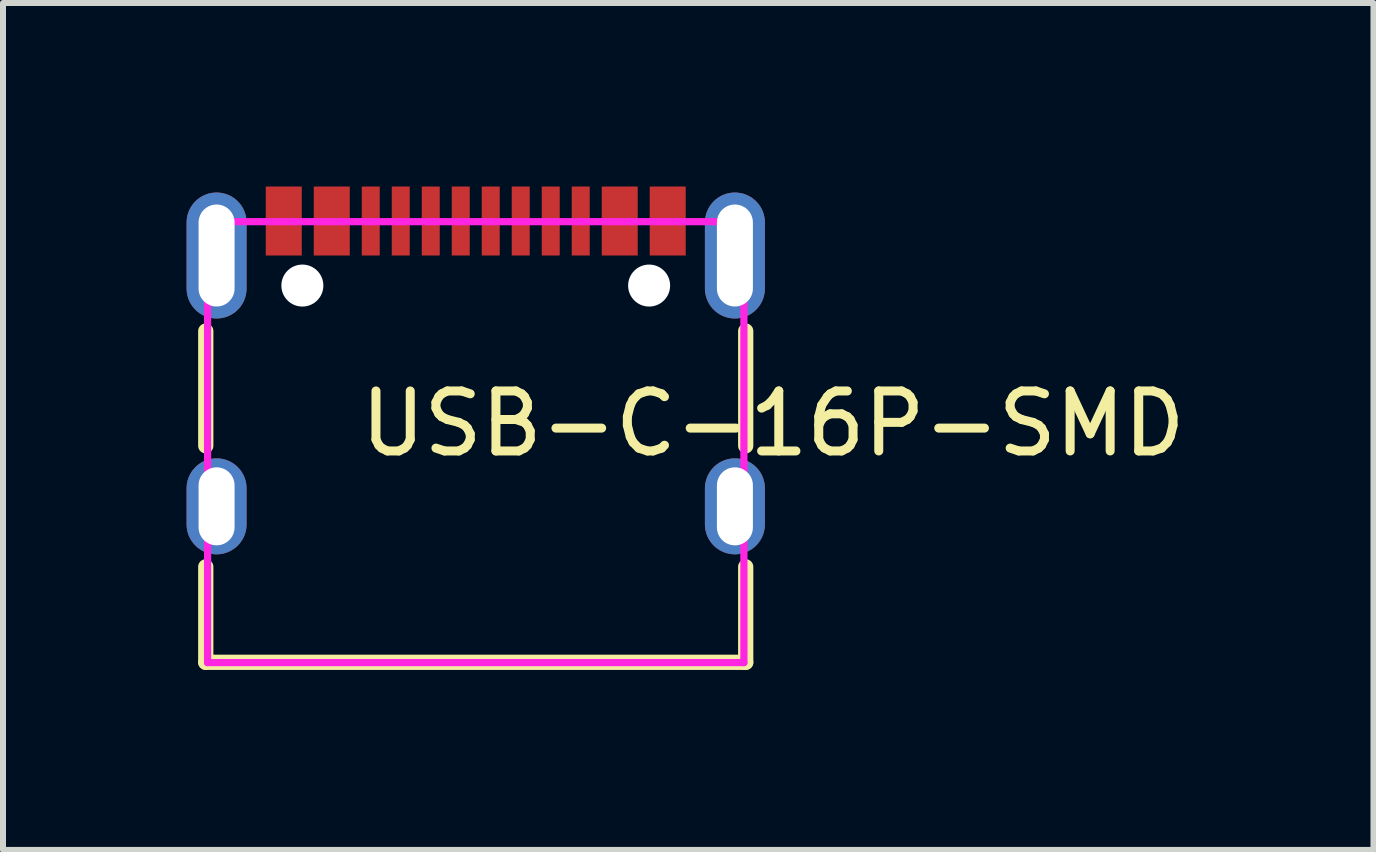
<source format=kicad_pcb>
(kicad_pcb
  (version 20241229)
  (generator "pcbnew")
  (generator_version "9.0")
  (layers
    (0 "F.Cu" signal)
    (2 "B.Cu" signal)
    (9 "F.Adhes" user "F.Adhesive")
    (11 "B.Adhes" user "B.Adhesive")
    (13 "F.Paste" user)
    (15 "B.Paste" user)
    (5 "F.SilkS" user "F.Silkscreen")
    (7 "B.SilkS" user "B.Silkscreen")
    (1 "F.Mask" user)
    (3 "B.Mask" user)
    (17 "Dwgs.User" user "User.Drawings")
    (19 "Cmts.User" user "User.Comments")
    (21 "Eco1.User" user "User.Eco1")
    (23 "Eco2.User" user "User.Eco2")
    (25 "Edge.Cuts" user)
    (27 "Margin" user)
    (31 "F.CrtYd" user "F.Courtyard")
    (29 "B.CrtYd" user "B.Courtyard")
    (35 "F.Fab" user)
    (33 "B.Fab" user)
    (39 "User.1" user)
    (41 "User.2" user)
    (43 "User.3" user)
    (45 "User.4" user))
  (footprint "USB-C-16P-SMD"
    (layer "F.Cu")
    (at 4.88 3.012)
    (property "Reference" "USB-C-16P-SMD" (at -2 1 0) (layer "F.SilkS") (effects (font (size 1 1) (thickness 0.15)) (justify left)))
    (attr through_hole)
    (fp_line (start -4.5 1.369) (end -4.5 -0.544) (stroke (width 0.254) (type solid)) (layer "F.SilkS"))
    (fp_line (start -4.5 4.978) (end -4.5 3.386) (stroke (width 0.254) (type solid)) (layer "F.SilkS"))
    (fp_line (start -4.5 4.978) (end 4.5 4.978) (stroke (width 0.254) (type solid)) (layer "F.SilkS"))
    (fp_line (start 4.5 1.369) (end 4.5 -0.544) (stroke (width 0.254) (type solid)) (layer "F.SilkS"))
    (fp_line (start 4.5 4.978) (end 4.5 3.386) (stroke (width 0.254) (type solid)) (layer "F.SilkS"))
    (fp_poly (pts (xy -3.5 -2.952) (xy -2.9 -2.952) (xy -2.9 -1.802) (xy -3.5 -1.802)) (stroke (width 0.12) (type solid)) (fill yes) (layer "F.Paste"))
    (fp_poly (pts (xy -2.7 -2.952) (xy -2.1 -2.952) (xy -2.1 -1.802) (xy -2.7 -1.802)) (stroke (width 0.12) (type solid)) (fill yes) (layer "F.Paste"))
    (fp_poly (pts (xy -1.9 -2.952) (xy -1.6 -2.952) (xy -1.6 -1.802) (xy -1.9 -1.802)) (stroke (width 0.12) (type solid)) (fill yes) (layer "F.Paste"))
    (fp_poly (pts (xy -1.4 -2.952) (xy -1.1 -2.952) (xy -1.1 -1.802) (xy -1.4 -1.802)) (stroke (width 0.12) (type solid)) (fill yes) (layer "F.Paste"))
    (fp_poly (pts (xy -0.9 -2.952) (xy -0.6 -2.952) (xy -0.6 -1.802) (xy -0.9 -1.802)) (stroke (width 0.12) (type solid)) (fill yes) (layer "F.Paste"))
    (fp_poly (pts (xy -0.4 -2.952) (xy -0.1 -2.952) (xy -0.1 -1.802) (xy -0.4 -1.802)) (stroke (width 0.12) (type solid)) (fill yes) (layer "F.Paste"))
    (fp_poly (pts (xy 0.1 -2.952) (xy 0.4 -2.952) (xy 0.4 -1.802) (xy 0.1 -1.802)) (stroke (width 0.12) (type solid)) (fill yes) (layer "F.Paste"))
    (fp_poly (pts (xy 0.6 -2.952) (xy 0.9 -2.952) (xy 0.9 -1.802) (xy 0.6 -1.802)) (stroke (width 0.12) (type solid)) (fill yes) (layer "F.Paste"))
    (fp_poly (pts (xy 1.1 -2.952) (xy 1.4 -2.952) (xy 1.4 -1.802) (xy 1.1 -1.802)) (stroke (width 0.12) (type solid)) (fill yes) (layer "F.Paste"))
    (fp_poly (pts (xy 1.6 -2.952) (xy 1.9 -2.952) (xy 1.9 -1.802) (xy 1.6 -1.802)) (stroke (width 0.12) (type solid)) (fill yes) (layer "F.Paste"))
    (fp_poly (pts (xy 2.1 -2.952) (xy 2.7 -2.952) (xy 2.7 -1.802) (xy 2.1 -1.802)) (stroke (width 0.12) (type solid)) (fill yes) (layer "F.Paste"))
    (fp_poly (pts (xy 2.9 -2.952) (xy 3.5 -2.952) (xy 3.5 -1.802) (xy 2.9 -1.802)) (stroke (width 0.12) (type solid)) (fill yes) (layer "F.Paste"))
    (fp_poly (pts (xy -4.283 -2.851) (xy -4.308 -2.852) (xy -4.333 -2.852) (xy -4.357 -2.851) (xy -4.382 -2.849) (xy -4.407 -2.845) (xy -4.431 -2.84) (xy -4.455 -2.834) (xy -4.479 -2.826) (xy -4.503 -2.818) (xy -4.526 -2.808) (xy -4.548 -2.797) (xy -4.57 -2.786) (xy -4.591 -2.773) (xy -4.612 -2.758) (xy -4.632 -2.743) (xy -4.651 -2.727) (xy -4.669 -2.71) (xy -4.687 -2.693) (xy -4.703 -2.674) (xy -4.719 -2.654) (xy -4.733 -2.634) (xy -4.747 -2.613) (xy -4.759 -2.592) (xy -4.771 -2.569) (xy -4.781 -2.547) (xy -4.79 -2.524) (xy -4.798 -2.5) (xy -4.805 -2.476) (xy -4.81 -2.452) (xy -4.814 -2.427) (xy -4.818 -2.402) (xy -4.819 -2.377) (xy -4.82 -2.353) (xy -4.82 -1.252) (xy -4.819 -1.228) (xy -4.818 -1.203) (xy -4.814 -1.178) (xy -4.81 -1.153) (xy -4.805 -1.129) (xy -4.798 -1.105) (xy -4.79 -1.081) (xy -4.781 -1.058) (xy -4.771 -1.036) (xy -4.759 -1.013) (xy -4.747 -0.992) (xy -4.733 -0.971) (xy -4.719 -0.951) (xy -4.703 -0.931) (xy -4.687 -0.912) (xy -4.669 -0.895) (xy -4.651 -0.878) (xy -4.632 -0.862) (xy -4.612 -0.847) (xy -4.591 -0.832) (xy -4.57 -0.819) (xy -4.548 -0.808) (xy -4.526 -0.797) (xy -4.503 -0.787) (xy -4.479 -0.779) (xy -4.455 -0.771) (xy -4.431 -0.765) (xy -4.407 -0.76) (xy -4.382 -0.756) (xy -4.357 -0.754) (xy -4.333 -0.753) (xy -4.308 -0.753) (xy -4.283 -0.754) (xy -4.258 -0.756) (xy -4.233 -0.76) (xy -4.209 -0.765) (xy -4.185 -0.771) (xy -4.161 -0.779) (xy -4.137 -0.787) (xy -4.114 -0.797) (xy -4.092 -0.808) (xy -4.07 -0.819) (xy -4.049 -0.832) (xy -4.028 -0.847) (xy -4.008 -0.862) (xy -3.989 -0.878) (xy -3.971 -0.895) (xy -3.954 -0.912) (xy -3.937 -0.931) (xy -3.921 -0.951) (xy -3.907 -0.971) (xy -3.893 -0.992) (xy -3.881 -1.013) (xy -3.87 -1.036) (xy -3.859 -1.058) (xy -3.85 -1.081) (xy -3.842 -1.105) (xy -3.836 -1.129) (xy -3.83 -1.153) (xy -3.826 -1.178) (xy -3.823 -1.203) (xy -3.821 -1.228) (xy -3.82 -1.252) (xy -3.82 -2.353) (xy -3.821 -2.377) (xy -3.823 -2.402) (xy -3.826 -2.427) (xy -3.83 -2.452) (xy -3.836 -2.476) (xy -3.842 -2.5) (xy -3.85 -2.524) (xy -3.859 -2.547) (xy -3.87 -2.569) (xy -3.881 -2.592) (xy -3.893 -2.613) (xy -3.907 -2.634) (xy -3.921 -2.654) (xy -3.937 -2.674) (xy -3.954 -2.693) (xy -3.971 -2.71) (xy -3.989 -2.727) (xy -4.008 -2.743) (xy -4.028 -2.758) (xy -4.049 -2.773) (xy -4.07 -2.786) (xy -4.092 -2.797) (xy -4.114 -2.808) (xy -4.137 -2.818) (xy -4.161 -2.826) (xy -4.185 -2.834) (xy -4.209 -2.84) (xy -4.233 -2.845) (xy -4.258 -2.849)) (stroke (width 0.12) (type solid)) (fill yes) (layer "F.Paste"))
    (fp_poly (pts (xy -4.283 1.579) (xy -4.308 1.578) (xy -4.333 1.578) (xy -4.357 1.579) (xy -4.382 1.581) (xy -4.407 1.585) (xy -4.431 1.59) (xy -4.455 1.596) (xy -4.479 1.604) (xy -4.503 1.612) (xy -4.526 1.622) (xy -4.548 1.633) (xy -4.57 1.645) (xy -4.591 1.658) (xy -4.612 1.672) (xy -4.632 1.687) (xy -4.651 1.703) (xy -4.669 1.72) (xy -4.687 1.737) (xy -4.703 1.756) (xy -4.719 1.776) (xy -4.733 1.796) (xy -4.747 1.817) (xy -4.759 1.838) (xy -4.771 1.861) (xy -4.781 1.883) (xy -4.79 1.907) (xy -4.798 1.93) (xy -4.805 1.954) (xy -4.81 1.978) (xy -4.814 2.003) (xy -4.818 2.028) (xy -4.819 2.053) (xy -4.82 2.078) (xy -4.82 2.678) (xy -4.819 2.702) (xy -4.818 2.727) (xy -4.814 2.752) (xy -4.81 2.777) (xy -4.805 2.801) (xy -4.798 2.825) (xy -4.79 2.849) (xy -4.781 2.872) (xy -4.771 2.895) (xy -4.759 2.917) (xy -4.747 2.938) (xy -4.733 2.959) (xy -4.719 2.979) (xy -4.703 2.999) (xy -4.687 3.018) (xy -4.669 3.036) (xy -4.651 3.052) (xy -4.632 3.068) (xy -4.612 3.084) (xy -4.591 3.098) (xy -4.57 3.111) (xy -4.548 3.122) (xy -4.526 3.133) (xy -4.503 3.143) (xy -4.479 3.152) (xy -4.455 3.159) (xy -4.431 3.165) (xy -4.407 3.17) (xy -4.382 3.174) (xy -4.357 3.176) (xy -4.333 3.177) (xy -4.308 3.177) (xy -4.283 3.176) (xy -4.258 3.174) (xy -4.233 3.17) (xy -4.209 3.165) (xy -4.185 3.159) (xy -4.161 3.152) (xy -4.137 3.143) (xy -4.114 3.133) (xy -4.092 3.122) (xy -4.07 3.111) (xy -4.049 3.098) (xy -4.028 3.084) (xy -4.008 3.068) (xy -3.989 3.052) (xy -3.971 3.036) (xy -3.954 3.018) (xy -3.937 2.999) (xy -3.921 2.979) (xy -3.907 2.959) (xy -3.893 2.938) (xy -3.881 2.917) (xy -3.87 2.895) (xy -3.859 2.872) (xy -3.85 2.849) (xy -3.842 2.825) (xy -3.836 2.801) (xy -3.83 2.777) (xy -3.826 2.752) (xy -3.823 2.727) (xy -3.821 2.702) (xy -3.82 2.678) (xy -3.82 2.078) (xy -3.821 2.053) (xy -3.823 2.028) (xy -3.826 2.003) (xy -3.83 1.978) (xy -3.836 1.954) (xy -3.842 1.93) (xy -3.85 1.907) (xy -3.859 1.883) (xy -3.87 1.861) (xy -3.881 1.838) (xy -3.893 1.817) (xy -3.907 1.796) (xy -3.921 1.776) (xy -3.937 1.756) (xy -3.954 1.737) (xy -3.971 1.72) (xy -3.989 1.703) (xy -4.008 1.687) (xy -4.028 1.672) (xy -4.049 1.658) (xy -4.07 1.645) (xy -4.092 1.633) (xy -4.114 1.622) (xy -4.137 1.612) (xy -4.161 1.604) (xy -4.185 1.596) (xy -4.209 1.59) (xy -4.233 1.585) (xy -4.258 1.581)) (stroke (width 0.12) (type solid)) (fill yes) (layer "F.Paste"))
    (fp_poly (pts (xy 4.357 -2.851) (xy 4.333 -2.852) (xy 4.308 -2.852) (xy 4.283 -2.851) (xy 4.258 -2.849) (xy 4.233 -2.845) (xy 4.209 -2.84) (xy 4.185 -2.834) (xy 4.161 -2.826) (xy 4.137 -2.818) (xy 4.114 -2.808) (xy 4.092 -2.797) (xy 4.07 -2.786) (xy 4.049 -2.773) (xy 4.028 -2.758) (xy 4.008 -2.743) (xy 3.989 -2.727) (xy 3.971 -2.71) (xy 3.954 -2.693) (xy 3.937 -2.674) (xy 3.921 -2.654) (xy 3.907 -2.634) (xy 3.893 -2.613) (xy 3.881 -2.592) (xy 3.87 -2.569) (xy 3.859 -2.547) (xy 3.85 -2.524) (xy 3.842 -2.5) (xy 3.836 -2.476) (xy 3.83 -2.452) (xy 3.826 -2.427) (xy 3.823 -2.402) (xy 3.821 -2.377) (xy 3.82 -2.353) (xy 3.82 -1.252) (xy 3.821 -1.228) (xy 3.823 -1.203) (xy 3.826 -1.178) (xy 3.83 -1.153) (xy 3.836 -1.129) (xy 3.842 -1.105) (xy 3.85 -1.081) (xy 3.859 -1.058) (xy 3.87 -1.036) (xy 3.881 -1.013) (xy 3.893 -0.992) (xy 3.907 -0.971) (xy 3.921 -0.951) (xy 3.937 -0.931) (xy 3.954 -0.912) (xy 3.971 -0.895) (xy 3.989 -0.878) (xy 4.008 -0.862) (xy 4.028 -0.847) (xy 4.049 -0.832) (xy 4.07 -0.819) (xy 4.092 -0.808) (xy 4.114 -0.797) (xy 4.137 -0.787) (xy 4.161 -0.779) (xy 4.185 -0.771) (xy 4.209 -0.765) (xy 4.233 -0.76) (xy 4.258 -0.756) (xy 4.283 -0.754) (xy 4.308 -0.753) (xy 4.333 -0.753) (xy 4.357 -0.754) (xy 4.382 -0.756) (xy 4.407 -0.76) (xy 4.431 -0.765) (xy 4.455 -0.771) (xy 4.479 -0.779) (xy 4.503 -0.787) (xy 4.526 -0.797) (xy 4.548 -0.808) (xy 4.57 -0.819) (xy 4.591 -0.832) (xy 4.612 -0.847) (xy 4.632 -0.862) (xy 4.651 -0.878) (xy 4.669 -0.895) (xy 4.687 -0.912) (xy 4.703 -0.931) (xy 4.719 -0.951) (xy 4.733 -0.971) (xy 4.747 -0.992) (xy 4.759 -1.013) (xy 4.771 -1.036) (xy 4.781 -1.058) (xy 4.79 -1.081) (xy 4.798 -1.105) (xy 4.805 -1.129) (xy 4.81 -1.153) (xy 4.814 -1.178) (xy 4.818 -1.203) (xy 4.819 -1.228) (xy 4.82 -1.252) (xy 4.82 -2.353) (xy 4.819 -2.377) (xy 4.818 -2.402) (xy 4.814 -2.427) (xy 4.81 -2.452) (xy 4.805 -2.476) (xy 4.798 -2.5) (xy 4.79 -2.524) (xy 4.781 -2.547) (xy 4.771 -2.569) (xy 4.759 -2.592) (xy 4.747 -2.613) (xy 4.733 -2.634) (xy 4.719 -2.654) (xy 4.703 -2.674) (xy 4.687 -2.693) (xy 4.669 -2.71) (xy 4.651 -2.727) (xy 4.632 -2.743) (xy 4.612 -2.758) (xy 4.591 -2.773) (xy 4.57 -2.786) (xy 4.548 -2.797) (xy 4.526 -2.808) (xy 4.503 -2.818) (xy 4.479 -2.826) (xy 4.455 -2.834) (xy 4.431 -2.84) (xy 4.407 -2.845) (xy 4.382 -2.849)) (stroke (width 0.12) (type solid)) (fill yes) (layer "F.Paste"))
    (fp_poly (pts (xy 4.357 1.579) (xy 4.333 1.578) (xy 4.308 1.578) (xy 4.283 1.579) (xy 4.258 1.581) (xy 4.233 1.585) (xy 4.209 1.59) (xy 4.185 1.596) (xy 4.161 1.604) (xy 4.137 1.612) (xy 4.114 1.622) (xy 4.092 1.633) (xy 4.07 1.645) (xy 4.049 1.658) (xy 4.028 1.672) (xy 4.008 1.687) (xy 3.989 1.703) (xy 3.971 1.72) (xy 3.954 1.737) (xy 3.937 1.756) (xy 3.921 1.776) (xy 3.907 1.796) (xy 3.893 1.817) (xy 3.881 1.838) (xy 3.87 1.861) (xy 3.859 1.883) (xy 3.85 1.907) (xy 3.842 1.93) (xy 3.836 1.954) (xy 3.83 1.978) (xy 3.826 2.003) (xy 3.823 2.028) (xy 3.821 2.053) (xy 3.82 2.078) (xy 3.82 2.678) (xy 3.821 2.702) (xy 3.823 2.727) (xy 3.826 2.752) (xy 3.83 2.777) (xy 3.836 2.801) (xy 3.842 2.825) (xy 3.85 2.849) (xy 3.859 2.872) (xy 3.87 2.895) (xy 3.881 2.917) (xy 3.893 2.938) (xy 3.907 2.959) (xy 3.921 2.979) (xy 3.937 2.999) (xy 3.954 3.018) (xy 3.971 3.036) (xy 3.989 3.052) (xy 4.008 3.068) (xy 4.028 3.084) (xy 4.049 3.098) (xy 4.07 3.111) (xy 4.092 3.122) (xy 4.114 3.133) (xy 4.137 3.143) (xy 4.161 3.152) (xy 4.185 3.159) (xy 4.209 3.165) (xy 4.233 3.17) (xy 4.258 3.174) (xy 4.283 3.176) (xy 4.308 3.177) (xy 4.333 3.177) (xy 4.357 3.176) (xy 4.382 3.174) (xy 4.407 3.17) (xy 4.431 3.165) (xy 4.455 3.159) (xy 4.479 3.152) (xy 4.503 3.143) (xy 4.526 3.133) (xy 4.548 3.122) (xy 4.57 3.111) (xy 4.591 3.098) (xy 4.612 3.084) (xy 4.632 3.068) (xy 4.651 3.052) (xy 4.669 3.036) (xy 4.687 3.018) (xy 4.703 2.999) (xy 4.719 2.979) (xy 4.733 2.959) (xy 4.747 2.938) (xy 4.759 2.917) (xy 4.771 2.895) (xy 4.781 2.872) (xy 4.79 2.849) (xy 4.798 2.825) (xy 4.805 2.801) (xy 4.81 2.777) (xy 4.814 2.752) (xy 4.818 2.727) (xy 4.819 2.702) (xy 4.82 2.678) (xy 4.82 2.078) (xy 4.819 2.053) (xy 4.818 2.028) (xy 4.814 2.003) (xy 4.81 1.978) (xy 4.805 1.954) (xy 4.798 1.93) (xy 4.79 1.907) (xy 4.781 1.883) (xy 4.771 1.861) (xy 4.759 1.838) (xy 4.747 1.817) (xy 4.733 1.796) (xy 4.719 1.776) (xy 4.703 1.756) (xy 4.687 1.737) (xy 4.669 1.72) (xy 4.651 1.703) (xy 4.632 1.687) (xy 4.612 1.672) (xy 4.591 1.658) (xy 4.57 1.645) (xy 4.548 1.633) (xy 4.526 1.622) (xy 4.503 1.612) (xy 4.479 1.604) (xy 4.455 1.596) (xy 4.431 1.59) (xy 4.407 1.585) (xy 4.382 1.581)) (stroke (width 0.12) (type solid)) (fill yes) (layer "F.Paste"))
    (fp_circle (center -2.89 -1.302) (end -2.765 -1.302) (stroke (width 0.25) (type solid)) (fill no) (layer "Dwgs.User"))
    (fp_circle (center 2.89 -1.302) (end 3.015 -1.302) (stroke (width 0.25) (type solid)) (fill no) (layer "Dwgs.User"))
    (fp_circle (center -4.47 -2.597) (end -4.44 -2.597) (stroke (width 0.06) (type solid)) (fill no) (layer "Eco2.User"))
    (fp_poly (pts (xy -4.47 -2.353) (xy -4.17 -2.353) (xy -4.17 -1.252) (xy -4.47 -1.252)) (stroke (width 0.12) (type solid)) (fill no) (layer "Eco2.User"))
    (fp_poly (pts (xy -4.47 1.978) (xy -4.17 1.978) (xy -4.17 2.778) (xy -4.47 2.778)) (stroke (width 0.12) (type solid)) (fill no) (layer "Eco2.User"))
    (fp_poly (pts (xy -3.4 -2.597) (xy -3 -2.597) (xy -3 -1.847) (xy -3.4 -1.847)) (stroke (width 0.12) (type solid)) (fill no) (layer "Eco2.User"))
    (fp_poly (pts (xy -2.6 -2.597) (xy -2.2 -2.597) (xy -2.2 -1.847) (xy -2.6 -1.847)) (stroke (width 0.12) (type solid)) (fill no) (layer "Eco2.User"))
    (fp_poly (pts (xy -1.85 -2.597) (xy -1.65 -2.597) (xy -1.65 -1.847) (xy -1.85 -1.847)) (stroke (width 0.12) (type solid)) (fill no) (layer "Eco2.User"))
    (fp_poly (pts (xy -1.35 -2.597) (xy -1.15 -2.597) (xy -1.15 -1.847) (xy -1.35 -1.847)) (stroke (width 0.12) (type solid)) (fill no) (layer "Eco2.User"))
    (fp_poly (pts (xy -0.85 -2.597) (xy -0.65 -2.597) (xy -0.65 -1.847) (xy -0.85 -1.847)) (stroke (width 0.12) (type solid)) (fill no) (layer "Eco2.User"))
    (fp_poly (pts (xy -0.35 -2.597) (xy -0.15 -2.597) (xy -0.15 -1.847) (xy -0.35 -1.847)) (stroke (width 0.12) (type solid)) (fill no) (layer "Eco2.User"))
    (fp_poly (pts (xy 0.15 -2.597) (xy 0.35 -2.597) (xy 0.35 -1.847) (xy 0.15 -1.847)) (stroke (width 0.12) (type solid)) (fill no) (layer "Eco2.User"))
    (fp_poly (pts (xy 0.65 -2.597) (xy 0.85 -2.597) (xy 0.85 -1.847) (xy 0.65 -1.847)) (stroke (width 0.12) (type solid)) (fill no) (layer "Eco2.User"))
    (fp_poly (pts (xy 1.15 -2.597) (xy 1.35 -2.597) (xy 1.35 -1.847) (xy 1.15 -1.847)) (stroke (width 0.12) (type solid)) (fill no) (layer "Eco2.User"))
    (fp_poly (pts (xy 1.65 -2.597) (xy 1.85 -2.597) (xy 1.85 -1.847) (xy 1.65 -1.847)) (stroke (width 0.12) (type solid)) (fill no) (layer "Eco2.User"))
    (fp_poly (pts (xy 2.2 -2.597) (xy 2.6 -2.597) (xy 2.6 -1.847) (xy 2.2 -1.847)) (stroke (width 0.12) (type solid)) (fill no) (layer "Eco2.User"))
    (fp_poly (pts (xy 3 -2.597) (xy 3.4 -2.597) (xy 3.4 -1.847) (xy 3 -1.847)) (stroke (width 0.12) (type solid)) (fill no) (layer "Eco2.User"))
    (fp_poly (pts (xy 4.17 -2.353) (xy 4.47 -2.353) (xy 4.47 -1.252) (xy 4.17 -1.252)) (stroke (width 0.12) (type solid)) (fill no) (layer "Eco2.User"))
    (fp_poly (pts (xy 4.17 1.978) (xy 4.47 1.978) (xy 4.47 2.778) (xy 4.17 2.778)) (stroke (width 0.12) (type solid)) (fill no) (layer "Eco2.User"))
    (fp_line (start -4.47 -2.367) (end 4.47 -2.367) (stroke (width 0.12) (type solid)) (layer "F.CrtYd"))
    (fp_line (start -4.47 4.983) (end -4.47 -2.367) (stroke (width 0.12) (type solid)) (layer "F.CrtYd"))
    (fp_line (start 4.47 -2.367) (end 4.47 4.983) (stroke (width 0.12) (type solid)) (layer "F.CrtYd"))
    (fp_line (start 4.47 4.983) (end -4.47 4.983) (stroke (width 0.12) (type solid)) (layer "F.CrtYd"))
    (pad "" np_thru_hole circle (at -2.89 -1.302) (size 0.7 0.7) (drill 0.7) (layers "*.Cu" "*.Mask"))
    (pad "" np_thru_hole circle (at 2.89 -1.302) (size 0.7 0.7) (drill 0.7) (layers "*.Cu" "*.Mask"))
    (pad "1" thru_hole oval (at -4.32 -1.803) (size 1 2.1) (drill oval 0.6 1.7) (layers "*.Cu" "*.Mask"))
    (pad "2" thru_hole oval (at 4.32 -1.803) (size 1 2.1) (drill oval 0.6 1.7) (layers "*.Cu" "*.Mask"))
    (pad "3" thru_hole oval (at 4.32 2.378) (size 1 1.6) (drill oval 0.6 1.3) (layers "*.Cu" "*.Mask"))
    (pad "4" thru_hole oval (at -4.32 2.378) (size 1 1.6) (drill oval 0.6 1.3) (layers "*.Cu" "*.Mask"))
    (pad "A1B12" smd rect (at -3.2 -2.378) (size 0.6 1.15) (layers "F.Cu" "F.Mask" "F.Paste"))
    (pad "A4B9" smd rect (at -2.4 -2.378) (size 0.6 1.15) (layers "F.Cu" "F.Mask" "F.Paste"))
    (pad "A5" smd rect (at -1.25 -2.378) (size 0.3 1.15) (layers "F.Cu" "F.Mask" "F.Paste"))
    (pad "A6" smd rect (at -0.25 -2.378) (size 0.3 1.15) (layers "F.Cu" "F.Mask" "F.Paste"))
    (pad "A7" smd rect (at 0.25 -2.378) (size 0.3 1.15) (layers "F.Cu" "F.Mask" "F.Paste"))
    (pad "A8" smd rect (at 1.25 -2.378) (size 0.3 1.15) (layers "F.Cu" "F.Mask" "F.Paste"))
    (pad "B1A12" smd rect (at 3.2 -2.378) (size 0.6 1.15) (layers "F.Cu" "F.Mask" "F.Paste"))
    (pad "B4A9" smd rect (at 2.4 -2.378) (size 0.6 1.15) (layers "F.Cu" "F.Mask" "F.Paste"))
    (pad "B5" smd rect (at 1.75 -2.378) (size 0.3 1.15) (layers "F.Cu" "F.Mask" "F.Paste"))
    (pad "B6" smd rect (at 0.75 -2.378) (size 0.3 1.15) (layers "F.Cu" "F.Mask" "F.Paste"))
    (pad "B7" smd rect (at -0.75 -2.378) (size 0.3 1.15) (layers "F.Cu" "F.Mask" "F.Paste"))
    (pad "B8" smd rect (at -1.75 -2.378) (size 0.3 1.15) (layers "F.Cu" "F.Mask" "F.Paste")))
  (gr_rect
    (start -3 -3)
    (end 19.844 11.117)
    (stroke (width 0.1) (type default))
    (fill no)
    (layer "Edge.Cuts")))
</source>
